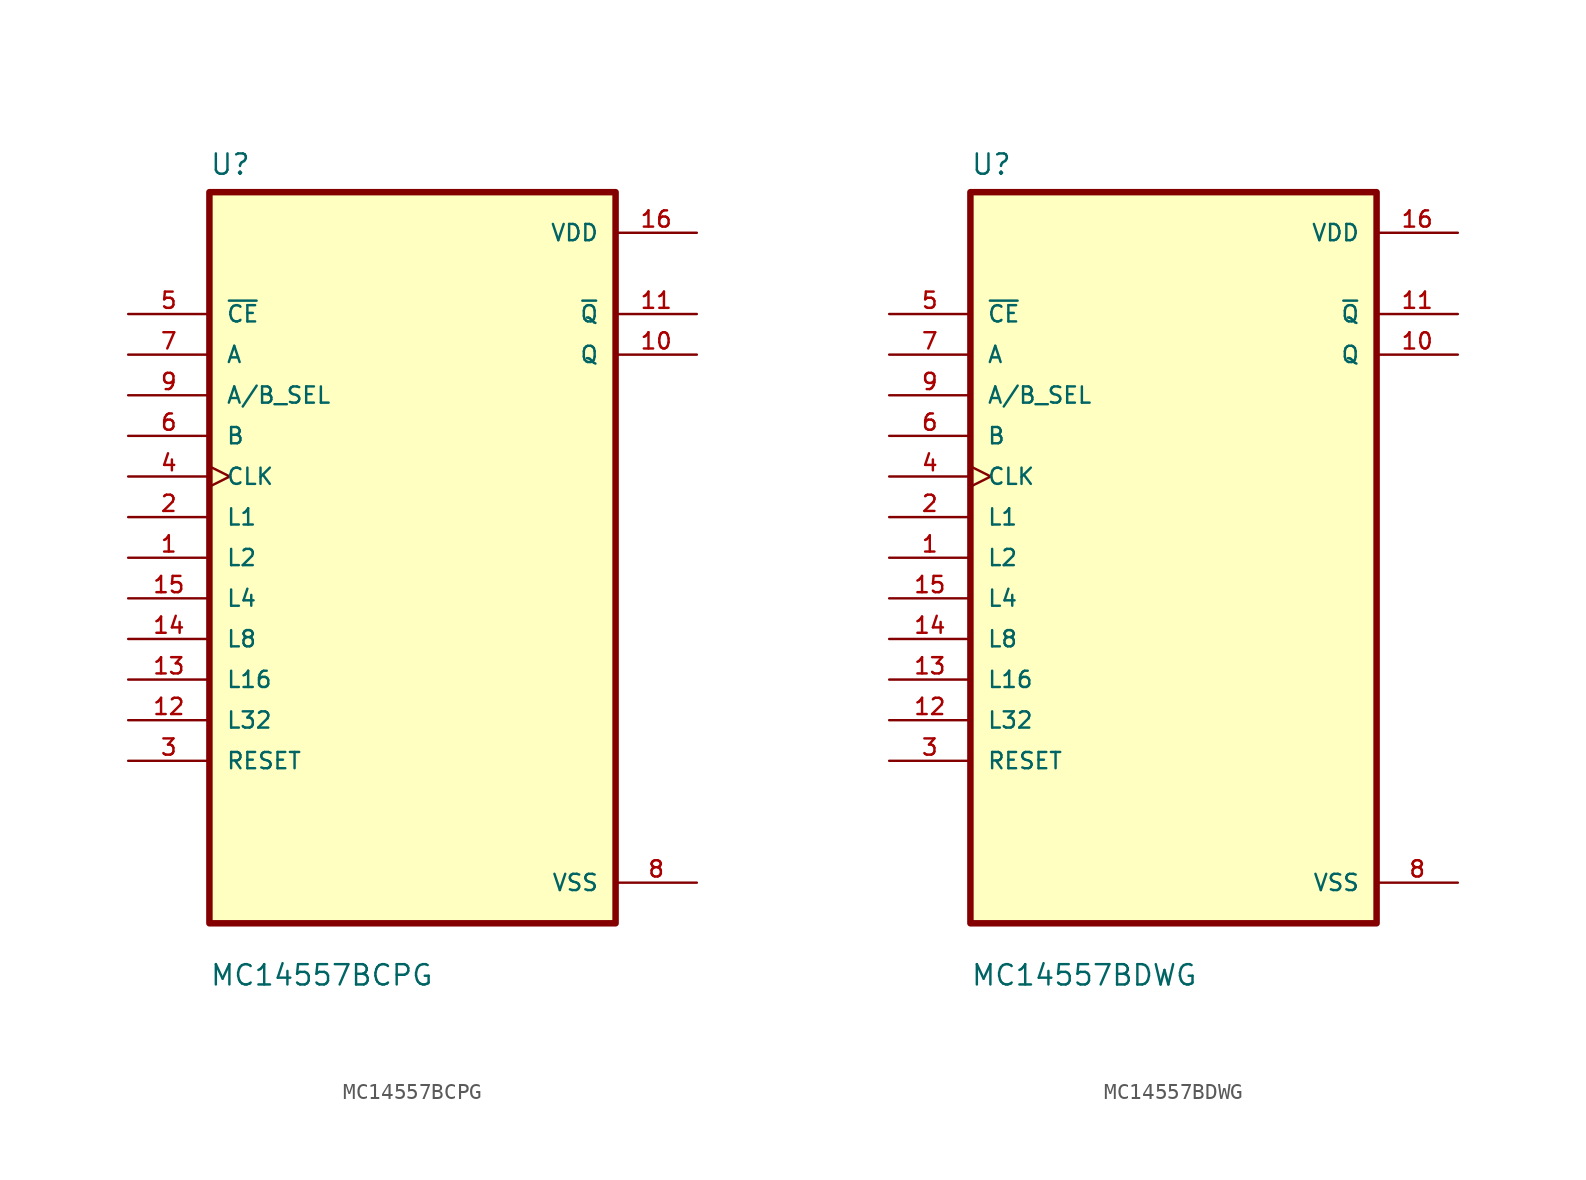
<source format=kicad_sym>
(kicad_symbol_lib
  (version 20211014)
  (generator kicad_symbol_editor)
  (symbol "MC14557BCPG"
    (pin_names
      (offset 1.016))
    (property "Reference" "U"
      (at -12.7 23.851 0)
      (effects (font (size 1.27 1.27)) (justify left bottom)))
    (property "Value" "MC14557BCPG"
      (at -12.7 -26.848 0)
      (effects (font (size 1.27 1.27)) (justify left bottom)))
    (symbol "MC14557BCPG_0_0"
      (rectangle (start -12.7 -22.86) (end 12.7 22.86) (stroke (width 0.406) (type default) (color 0 0 0 0)) (fill (type background)))
      (pin input line (at -17.78 0 0) (length 5.08) (name "L2" (effects (font (size 1.016 1.016)))) (number "1" (effects (font (size 1.016 1.016)))))
      (pin output line (at 17.78 12.7 180) (length 5.08) (name "Q" (effects (font (size 1.016 1.016)))) (number "10" (effects (font (size 1.016 1.016)))))
      (pin output line (at 17.78 15.24 180) (length 5.08) (name "~{Q}" (effects (font (size 1.016 1.016)))) (number "11" (effects (font (size 1.016 1.016)))))
      (pin input line (at -17.78 -10.16 0) (length 5.08) (name "L32" (effects (font (size 1.016 1.016)))) (number "12" (effects (font (size 1.016 1.016)))))
      (pin input line (at -17.78 -7.62 0) (length 5.08) (name "L16" (effects (font (size 1.016 1.016)))) (number "13" (effects (font (size 1.016 1.016)))))
      (pin input line (at -17.78 -5.08 0) (length 5.08) (name "L8" (effects (font (size 1.016 1.016)))) (number "14" (effects (font (size 1.016 1.016)))))
      (pin input line (at -17.78 -2.54 0) (length 5.08) (name "L4" (effects (font (size 1.016 1.016)))) (number "15" (effects (font (size 1.016 1.016)))))
      (pin power_in line (at 17.78 20.32 180) (length 5.08) (name "VDD" (effects (font (size 1.016 1.016)))) (number "16" (effects (font (size 1.016 1.016)))))
      (pin input line (at -17.78 2.54 0) (length 5.08) (name "L1" (effects (font (size 1.016 1.016)))) (number "2" (effects (font (size 1.016 1.016)))))
      (pin input line (at -17.78 -12.7 0) (length 5.08) (name "RESET" (effects (font (size 1.016 1.016)))) (number "3" (effects (font (size 1.016 1.016)))))
      (pin input clock (at -17.78 5.08 0) (length 5.08) (name "CLK" (effects (font (size 1.016 1.016)))) (number "4" (effects (font (size 1.016 1.016)))))
      (pin input line (at -17.78 15.24 0) (length 5.08) (name "~{CE}" (effects (font (size 1.016 1.016)))) (number "5" (effects (font (size 1.016 1.016)))))
      (pin input line (at -17.78 7.62 0) (length 5.08) (name "B" (effects (font (size 1.016 1.016)))) (number "6" (effects (font (size 1.016 1.016)))))
      (pin input line (at -17.78 12.7 0) (length 5.08) (name "A" (effects (font (size 1.016 1.016)))) (number "7" (effects (font (size 1.016 1.016)))))
      (pin power_in line (at 17.78 -20.32 180) (length 5.08) (name "VSS" (effects (font (size 1.016 1.016)))) (number "8" (effects (font (size 1.016 1.016)))))
      (pin input line (at -17.78 10.16 0) (length 5.08) (name "A/B_SEL" (effects (font (size 1.016 1.016)))) (number "9" (effects (font (size 1.016 1.016)))))))
  (symbol "MC14557BDWG"
    (pin_names
      (offset 1.016))
    (property "Reference" "U"
      (at -12.7 23.851 0)
      (effects (font (size 1.27 1.27)) (justify left bottom)))
    (property "Value" "MC14557BDWG"
      (at -12.7 -26.848 0)
      (effects (font (size 1.27 1.27)) (justify left bottom)))
    (symbol "MC14557BDWG_0_0"
      (rectangle (start -12.7 -22.86) (end 12.7 22.86) (stroke (width 0.406) (type default) (color 0 0 0 0)) (fill (type background)))
      (pin input line (at -17.78 0 0) (length 5.08) (name "L2" (effects (font (size 1.016 1.016)))) (number "1" (effects (font (size 1.016 1.016)))))
      (pin output line (at 17.78 12.7 180) (length 5.08) (name "Q" (effects (font (size 1.016 1.016)))) (number "10" (effects (font (size 1.016 1.016)))))
      (pin output line (at 17.78 15.24 180) (length 5.08) (name "~{Q}" (effects (font (size 1.016 1.016)))) (number "11" (effects (font (size 1.016 1.016)))))
      (pin input line (at -17.78 -10.16 0) (length 5.08) (name "L32" (effects (font (size 1.016 1.016)))) (number "12" (effects (font (size 1.016 1.016)))))
      (pin input line (at -17.78 -7.62 0) (length 5.08) (name "L16" (effects (font (size 1.016 1.016)))) (number "13" (effects (font (size 1.016 1.016)))))
      (pin input line (at -17.78 -5.08 0) (length 5.08) (name "L8" (effects (font (size 1.016 1.016)))) (number "14" (effects (font (size 1.016 1.016)))))
      (pin input line (at -17.78 -2.54 0) (length 5.08) (name "L4" (effects (font (size 1.016 1.016)))) (number "15" (effects (font (size 1.016 1.016)))))
      (pin power_in line (at 17.78 20.32 180) (length 5.08) (name "VDD" (effects (font (size 1.016 1.016)))) (number "16" (effects (font (size 1.016 1.016)))))
      (pin input line (at -17.78 2.54 0) (length 5.08) (name "L1" (effects (font (size 1.016 1.016)))) (number "2" (effects (font (size 1.016 1.016)))))
      (pin input line (at -17.78 -12.7 0) (length 5.08) (name "RESET" (effects (font (size 1.016 1.016)))) (number "3" (effects (font (size 1.016 1.016)))))
      (pin input clock (at -17.78 5.08 0) (length 5.08) (name "CLK" (effects (font (size 1.016 1.016)))) (number "4" (effects (font (size 1.016 1.016)))))
      (pin input line (at -17.78 15.24 0) (length 5.08) (name "~{CE}" (effects (font (size 1.016 1.016)))) (number "5" (effects (font (size 1.016 1.016)))))
      (pin input line (at -17.78 7.62 0) (length 5.08) (name "B" (effects (font (size 1.016 1.016)))) (number "6" (effects (font (size 1.016 1.016)))))
      (pin input line (at -17.78 12.7 0) (length 5.08) (name "A" (effects (font (size 1.016 1.016)))) (number "7" (effects (font (size 1.016 1.016)))))
      (pin power_in line (at 17.78 -20.32 180) (length 5.08) (name "VSS" (effects (font (size 1.016 1.016)))) (number "8" (effects (font (size 1.016 1.016)))))
      (pin input line (at -17.78 10.16 0) (length 5.08) (name "A/B_SEL" (effects (font (size 1.016 1.016)))) (number "9" (effects (font (size 1.016 1.016))))))))
</source>
